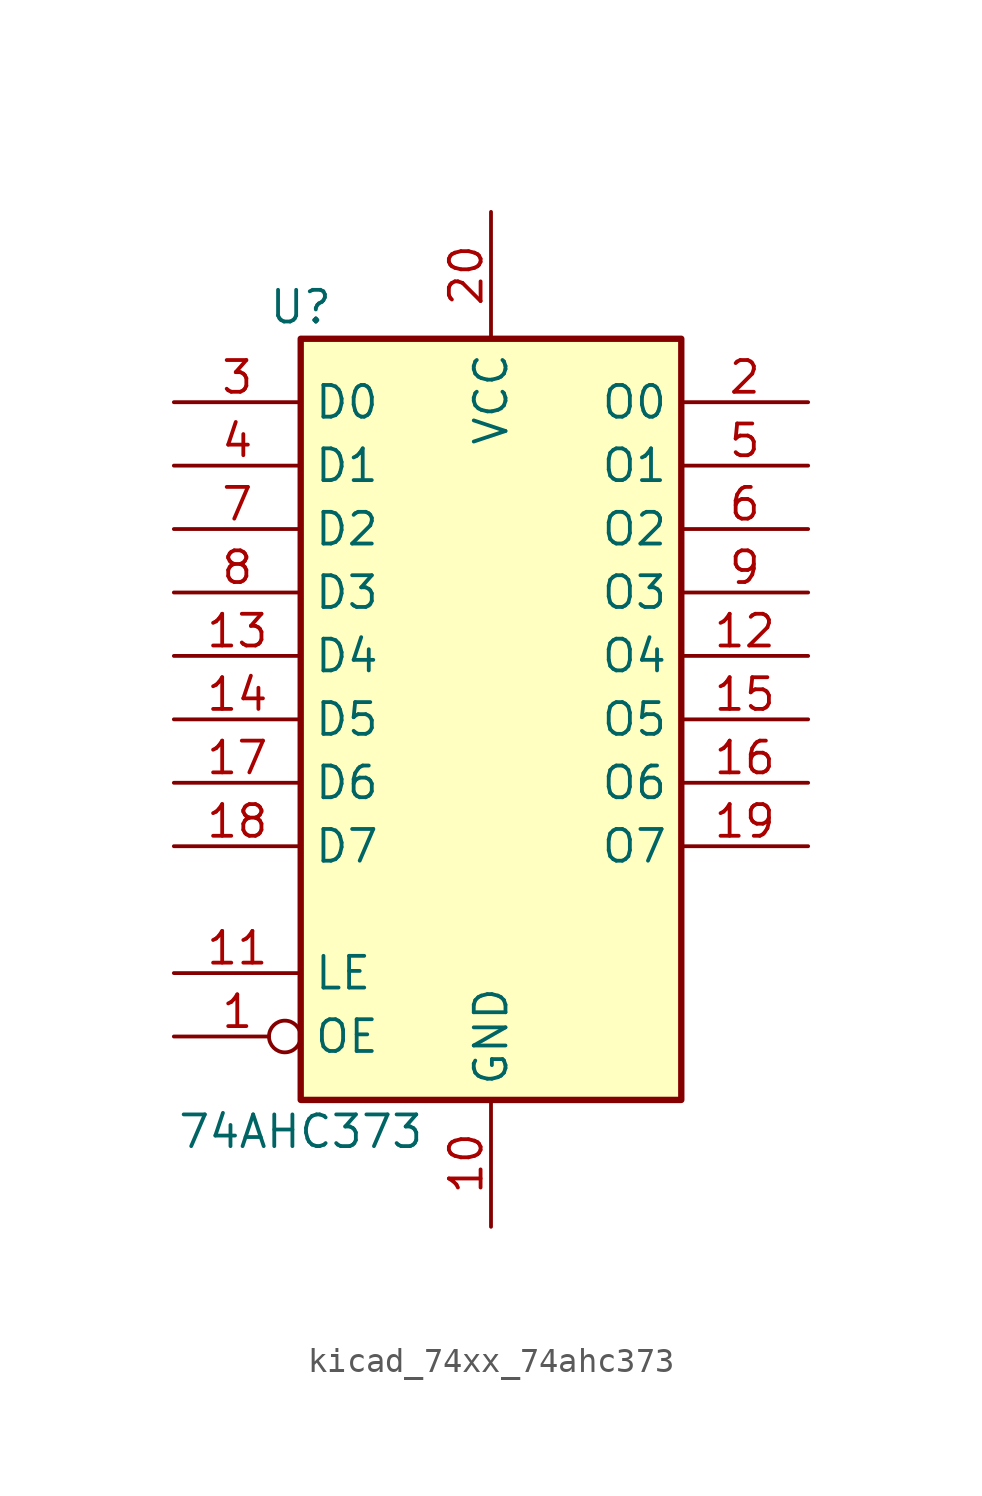
<source format=kicad_sym>
(kicad_symbol_lib
  (version 20220914)
  (generator kicad_symbol_editor)
  (symbol "kicad_74xx_74ahc373"
    (property "Reference" "U"
      (at -7.62 16.51 0)
      (effects (font (size 1.27 1.27))))
    (property "Value" "74AHC373"
      (at -7.62 -16.51 0)
      (effects (font (size 1.27 1.27))))
    (symbol "kicad_74xx_74ahc373_1_0"
      (pin input inverted (at -12.7 -12.7 0) (length 5.08) (name "OE" (effects (font (size 1.27 1.27)))) (number "1" (effects (font (size 1.27 1.27)))))
      (pin power_in line (at 0 -20.32 90) (length 5.08) (name "GND" (effects (font (size 1.27 1.27)))) (number "10" (effects (font (size 1.27 1.27)))))
      (pin input line (at -12.7 -10.16 0) (length 5.08) (name "LE" (effects (font (size 1.27 1.27)))) (number "11" (effects (font (size 1.27 1.27)))))
      (pin tri_state line (at 12.7 2.54 180) (length 5.08) (name "O4" (effects (font (size 1.27 1.27)))) (number "12" (effects (font (size 1.27 1.27)))))
      (pin input line (at -12.7 2.54 0) (length 5.08) (name "D4" (effects (font (size 1.27 1.27)))) (number "13" (effects (font (size 1.27 1.27)))))
      (pin input line (at -12.7 0 0) (length 5.08) (name "D5" (effects (font (size 1.27 1.27)))) (number "14" (effects (font (size 1.27 1.27)))))
      (pin tri_state line (at 12.7 0 180) (length 5.08) (name "O5" (effects (font (size 1.27 1.27)))) (number "15" (effects (font (size 1.27 1.27)))))
      (pin tri_state line (at 12.7 -2.54 180) (length 5.08) (name "O6" (effects (font (size 1.27 1.27)))) (number "16" (effects (font (size 1.27 1.27)))))
      (pin input line (at -12.7 -2.54 0) (length 5.08) (name "D6" (effects (font (size 1.27 1.27)))) (number "17" (effects (font (size 1.27 1.27)))))
      (pin input line (at -12.7 -5.08 0) (length 5.08) (name "D7" (effects (font (size 1.27 1.27)))) (number "18" (effects (font (size 1.27 1.27)))))
      (pin tri_state line (at 12.7 -5.08 180) (length 5.08) (name "O7" (effects (font (size 1.27 1.27)))) (number "19" (effects (font (size 1.27 1.27)))))
      (pin tri_state line (at 12.7 12.7 180) (length 5.08) (name "O0" (effects (font (size 1.27 1.27)))) (number "2" (effects (font (size 1.27 1.27)))))
      (pin power_in line (at 0 20.32 270) (length 5.08) (name "VCC" (effects (font (size 1.27 1.27)))) (number "20" (effects (font (size 1.27 1.27)))))
      (pin input line (at -12.7 12.7 0) (length 5.08) (name "D0" (effects (font (size 1.27 1.27)))) (number "3" (effects (font (size 1.27 1.27)))))
      (pin input line (at -12.7 10.16 0) (length 5.08) (name "D1" (effects (font (size 1.27 1.27)))) (number "4" (effects (font (size 1.27 1.27)))))
      (pin tri_state line (at 12.7 10.16 180) (length 5.08) (name "O1" (effects (font (size 1.27 1.27)))) (number "5" (effects (font (size 1.27 1.27)))))
      (pin tri_state line (at 12.7 7.62 180) (length 5.08) (name "O2" (effects (font (size 1.27 1.27)))) (number "6" (effects (font (size 1.27 1.27)))))
      (pin input line (at -12.7 7.62 0) (length 5.08) (name "D2" (effects (font (size 1.27 1.27)))) (number "7" (effects (font (size 1.27 1.27)))))
      (pin input line (at -12.7 5.08 0) (length 5.08) (name "D3" (effects (font (size 1.27 1.27)))) (number "8" (effects (font (size 1.27 1.27)))))
      (pin tri_state line (at 12.7 5.08 180) (length 5.08) (name "O3" (effects (font (size 1.27 1.27)))) (number "9" (effects (font (size 1.27 1.27))))))
    (symbol "kicad_74xx_74ahc373_1_1"
      (rectangle (start -7.62 15.24) (end 7.62 -15.24) (stroke (width 0.254) (type default)) (fill (type background))))))
</source>
